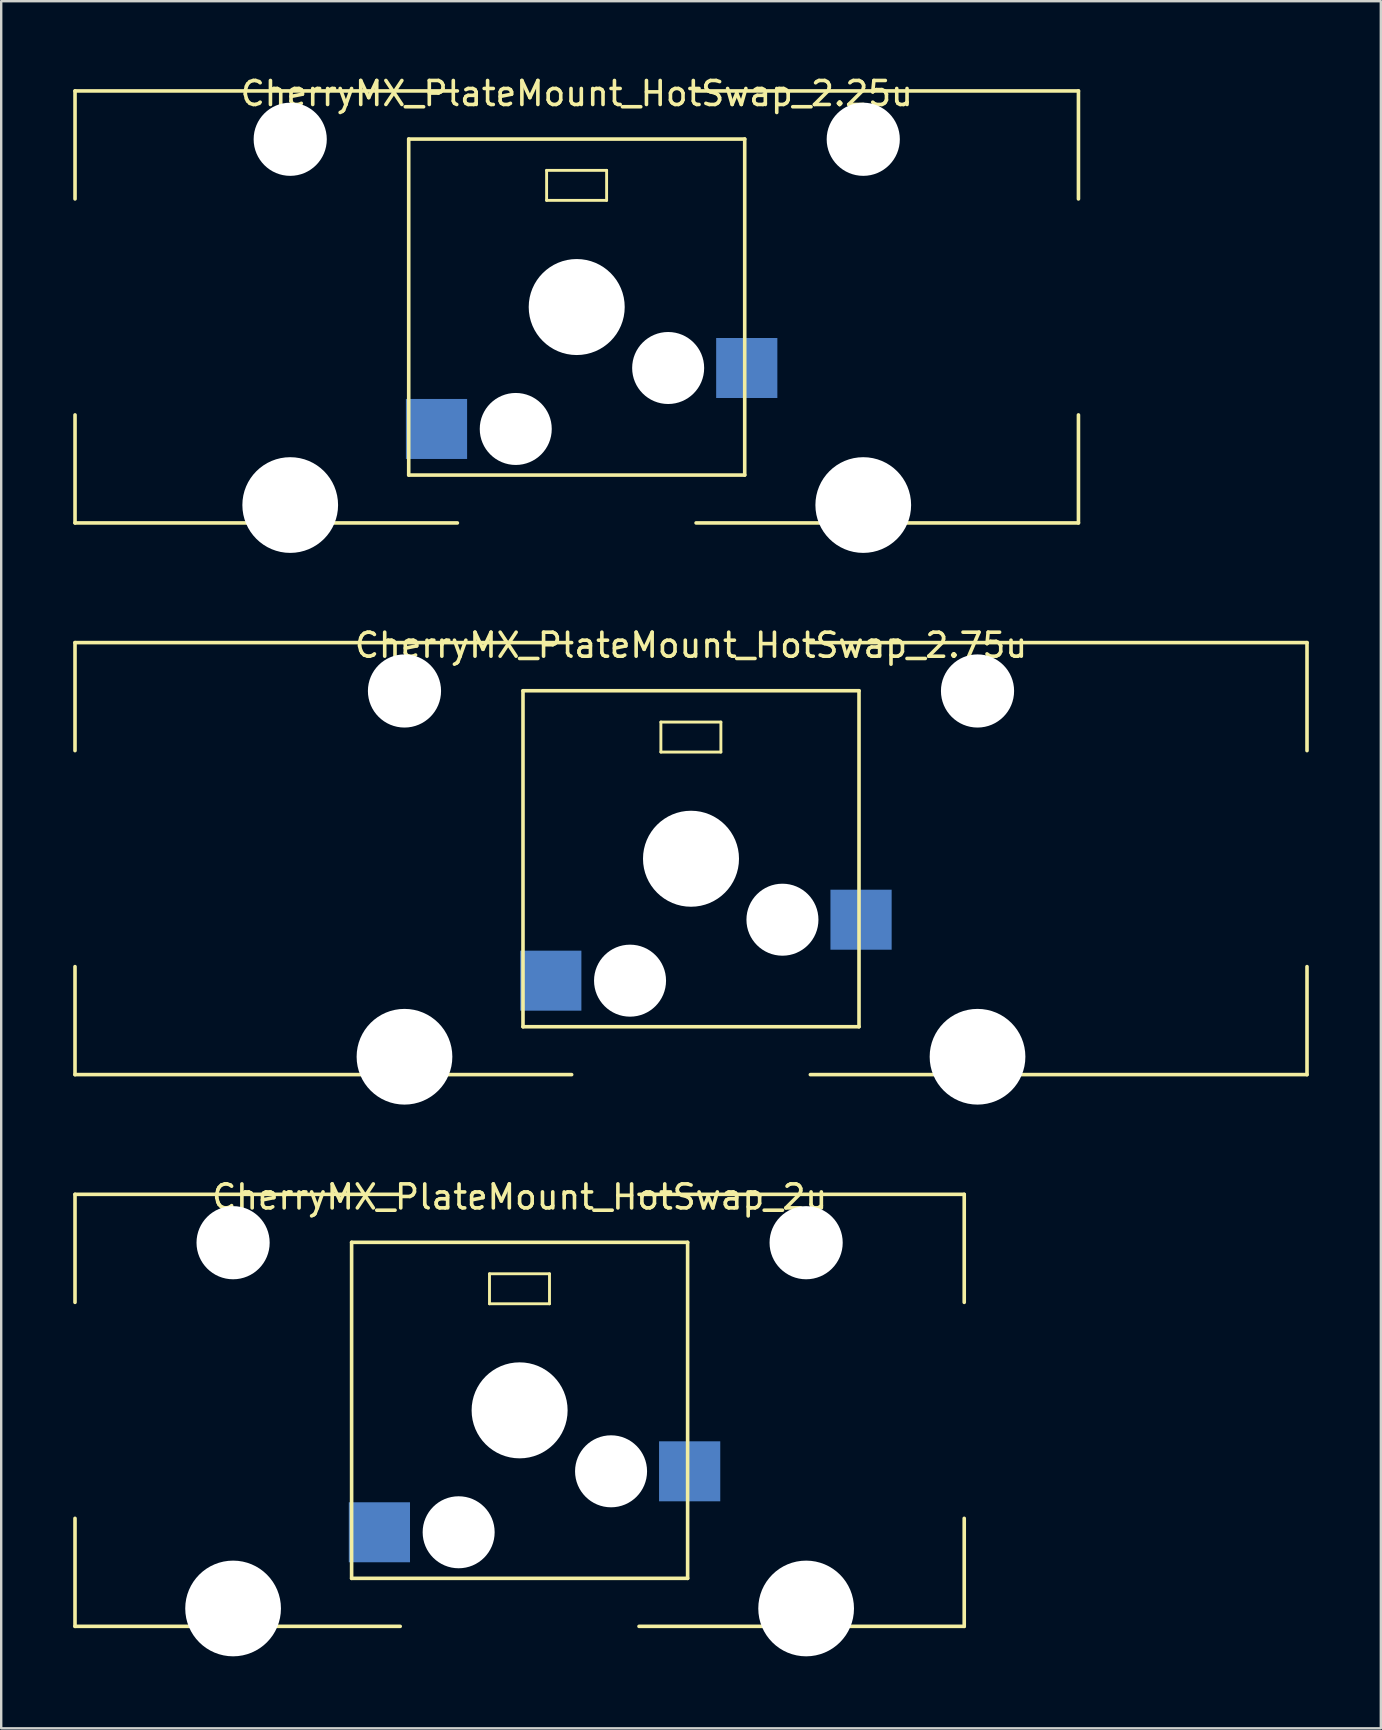
<source format=kicad_pcb>
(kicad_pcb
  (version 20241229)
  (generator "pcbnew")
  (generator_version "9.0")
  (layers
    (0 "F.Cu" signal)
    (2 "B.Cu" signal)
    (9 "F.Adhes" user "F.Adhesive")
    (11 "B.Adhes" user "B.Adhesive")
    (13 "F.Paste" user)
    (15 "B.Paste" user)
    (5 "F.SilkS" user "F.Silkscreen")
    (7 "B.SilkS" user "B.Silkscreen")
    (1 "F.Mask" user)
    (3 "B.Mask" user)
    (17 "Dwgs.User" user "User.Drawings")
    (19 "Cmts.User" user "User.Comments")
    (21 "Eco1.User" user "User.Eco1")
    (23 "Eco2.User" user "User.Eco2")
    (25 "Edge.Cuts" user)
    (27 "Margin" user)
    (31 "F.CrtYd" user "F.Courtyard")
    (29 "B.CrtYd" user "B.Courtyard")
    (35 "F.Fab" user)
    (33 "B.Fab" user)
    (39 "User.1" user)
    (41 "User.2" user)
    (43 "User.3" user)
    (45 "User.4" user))
  (footprint "CherryMX_PlateMount_HotSwap_2.75u"
    (layer "F.Cu")
    (at 25.741 32.725)
    (property "Reference" "CherryMX_PlateMount_HotSwap_2.75u" (at 0 -8.89 0) (layer "F.SilkS") (effects (font (size 1 1) (thickness 0.15))))
    (attr smd)
    (fp_line (start -25.666 -9) (end -25.666 -4.5) (stroke (width 0.15) (type solid)) (layer "F.SilkS"))
    (fp_line (start -25.666 -9) (end -4.973 -9) (stroke (width 0.15) (type solid)) (layer "F.SilkS"))
    (fp_line (start -25.666 4.5) (end -25.666 9) (stroke (width 0.15) (type solid)) (layer "F.SilkS"))
    (fp_line (start -25.666 9) (end -4.973 9) (stroke (width 0.15) (type solid)) (layer "F.SilkS"))
    (fp_line (start -7 -6.995) (end 7 -6.995) (stroke (width 0.15) (type solid)) (layer "F.SilkS"))
    (fp_line (start -7 7.005) (end -7 -6.995) (stroke (width 0.15) (type solid)) (layer "F.SilkS"))
    (fp_line (start -1.255 -5.69) (end -1.255 -4.44) (stroke (width 0.12) (type solid)) (layer "F.SilkS"))
    (fp_line (start 1.245 -5.69) (end -1.255 -5.69) (stroke (width 0.12) (type solid)) (layer "F.SilkS"))
    (fp_line (start 1.245 -4.44) (end -1.255 -4.44) (stroke (width 0.12) (type solid)) (layer "F.SilkS"))
    (fp_line (start 1.245 -4.44) (end 1.245 -5.69) (stroke (width 0.12) (type solid)) (layer "F.SilkS"))
    (fp_line (start 4.973 -9) (end 25.666 -9) (stroke (width 0.15) (type solid)) (layer "F.SilkS"))
    (fp_line (start 4.973 9) (end 25.666 9) (stroke (width 0.15) (type solid)) (layer "F.SilkS"))
    (fp_line (start 7 -6.995) (end 7 7.005) (stroke (width 0.15) (type solid)) (layer "F.SilkS"))
    (fp_line (start 7 7.005) (end -7 7.005) (stroke (width 0.15) (type solid)) (layer "F.SilkS"))
    (fp_line (start 25.666 -4.5) (end 25.666 -9) (stroke (width 0.15) (type solid)) (layer "F.SilkS"))
    (fp_line (start 25.666 4.5) (end 25.666 9) (stroke (width 0.15) (type solid)) (layer "F.SilkS"))
    (pad "" np_thru_hole circle (at -11.938 -6.985) (size 3.048 3.048) (drill 3.048) (layers "*.Cu" "*.Mask"))
    (pad "" np_thru_hole circle (at -11.938 8.255) (size 3.988 3.988) (drill 3.988) (layers "*.Cu" "*.Mask"))
    (pad "" np_thru_hole circle (at -2.54 5.085 180) (size 3 3) (drill 3) (layers "*.Cu" "*.Mask"))
    (pad "" np_thru_hole circle (at 0 0.005 180) (size 4 4) (drill 4) (layers "*.Cu" "*.Mask"))
    (pad "" np_thru_hole circle (at 3.81 2.545 180) (size 3 3) (drill 3) (layers "*.Cu" "*.Mask"))
    (pad "" np_thru_hole circle (at 11.938 -6.985) (size 3.048 3.048) (drill 3.048) (layers "*.Cu" "*.Mask"))
    (pad "" np_thru_hole circle (at 11.938 8.255) (size 3.988 3.988) (drill 3.988) (layers "*.Cu" "*.Mask"))
    (pad "1" smd rect (at 7.085 2.545 180) (size 2.55 2.5) (layers "B.Cu" "B.Mask" "B.Paste"))
    (pad "2" smd rect (at -5.842 5.085 180) (size 2.55 2.5) (layers "B.Cu" "B.Mask" "B.Paste")))
  (footprint "CherryMX_PlateMount_HotSwap_2.25u"
    (layer "F.Cu")
    (at 20.98 9.738)
    (property "Reference" "CherryMX_PlateMount_HotSwap_2.25u" (at 0 -8.89 0) (layer "F.SilkS") (effects (font (size 1 1) (thickness 0.15))))
    (attr smd)
    (fp_line (start -20.904 -9) (end -20.904 -4.5) (stroke (width 0.15) (type solid)) (layer "F.SilkS"))
    (fp_line (start -20.904 -9) (end -4.973 -9) (stroke (width 0.15) (type solid)) (layer "F.SilkS"))
    (fp_line (start -20.904 4.5) (end -20.904 9) (stroke (width 0.15) (type solid)) (layer "F.SilkS"))
    (fp_line (start -20.904 9) (end -4.973 9) (stroke (width 0.15) (type solid)) (layer "F.SilkS"))
    (fp_line (start -7.001 -6.995) (end 6.999 -6.995) (stroke (width 0.15) (type solid)) (layer "F.SilkS"))
    (fp_line (start -7.001 7.005) (end -7.001 -6.995) (stroke (width 0.15) (type solid)) (layer "F.SilkS"))
    (fp_line (start -1.255 -5.69) (end -1.255 -4.44) (stroke (width 0.12) (type solid)) (layer "F.SilkS"))
    (fp_line (start 1.245 -5.69) (end -1.255 -5.69) (stroke (width 0.12) (type solid)) (layer "F.SilkS"))
    (fp_line (start 1.245 -4.44) (end -1.255 -4.44) (stroke (width 0.12) (type solid)) (layer "F.SilkS"))
    (fp_line (start 1.245 -4.44) (end 1.245 -5.69) (stroke (width 0.12) (type solid)) (layer "F.SilkS"))
    (fp_line (start 4.973 -9) (end 20.904 -9) (stroke (width 0.15) (type solid)) (layer "F.SilkS"))
    (fp_line (start 4.973 9) (end 20.904 9) (stroke (width 0.15) (type solid)) (layer "F.SilkS"))
    (fp_line (start 6.999 -6.995) (end 6.999 7.005) (stroke (width 0.15) (type solid)) (layer "F.SilkS"))
    (fp_line (start 6.999 7.005) (end -7.001 7.005) (stroke (width 0.15) (type solid)) (layer "F.SilkS"))
    (fp_line (start 20.904 -4.5) (end 20.904 -9) (stroke (width 0.15) (type solid)) (layer "F.SilkS"))
    (fp_line (start 20.904 4.5) (end 20.904 9) (stroke (width 0.15) (type solid)) (layer "F.SilkS"))
    (pad "" np_thru_hole circle (at -11.938 -6.985) (size 3.048 3.048) (drill 3.048) (layers "*.Cu" "*.Mask"))
    (pad "" np_thru_hole circle (at -11.938 8.255) (size 3.988 3.988) (drill 3.988) (layers "*.Cu" "*.Mask"))
    (pad "" np_thru_hole circle (at -2.541 5.085 180) (size 3 3) (drill 3) (layers "*.Cu" "*.Mask"))
    (pad "" np_thru_hole circle (at -0.001 0.005 180) (size 4 4) (drill 4) (layers "*.Cu" "*.Mask"))
    (pad "" np_thru_hole circle (at 3.809 2.545 180) (size 3 3) (drill 3) (layers "*.Cu" "*.Mask"))
    (pad "" np_thru_hole circle (at 11.938 -6.985) (size 3.048 3.048) (drill 3.048) (layers "*.Cu" "*.Mask"))
    (pad "" np_thru_hole circle (at 11.938 8.255) (size 3.988 3.988) (drill 3.988) (layers "*.Cu" "*.Mask"))
    (pad "1" smd rect (at 7.084 2.545 180) (size 2.55 2.5) (layers "B.Cu" "B.Mask" "B.Paste"))
    (pad "2" smd rect (at -5.843 5.085 180) (size 2.55 2.5) (layers "B.Cu" "B.Mask" "B.Paste")))
  (footprint "CherryMX_PlateMount_HotSwap_2u"
    (layer "F.Cu")
    (at 18.6 55.713)
    (property "Reference" "CherryMX_PlateMount_HotSwap_2u" (at 0 -8.89 0) (layer "F.SilkS") (effects (font (size 1 1) (thickness 0.15))))
    (attr smd)
    (fp_line (start -18.525 -9) (end -18.525 -4.5) (stroke (width 0.15) (type solid)) (layer "F.SilkS"))
    (fp_line (start -18.525 -9) (end -4.975 -9) (stroke (width 0.15) (type solid)) (layer "F.SilkS"))
    (fp_line (start -18.525 4.5) (end -18.525 9) (stroke (width 0.15) (type solid)) (layer "F.SilkS"))
    (fp_line (start -18.525 9) (end -4.975 9) (stroke (width 0.15) (type solid)) (layer "F.SilkS"))
    (fp_line (start -7 -7) (end 7 -7) (stroke (width 0.15) (type solid)) (layer "F.SilkS"))
    (fp_line (start -7 7) (end -7 -7) (stroke (width 0.15) (type solid)) (layer "F.SilkS"))
    (fp_line (start -1.255 -5.69) (end -1.255 -4.44) (stroke (width 0.12) (type solid)) (layer "F.SilkS"))
    (fp_line (start 1.245 -5.69) (end -1.255 -5.69) (stroke (width 0.12) (type solid)) (layer "F.SilkS"))
    (fp_line (start 1.245 -4.44) (end -1.255 -4.44) (stroke (width 0.12) (type solid)) (layer "F.SilkS"))
    (fp_line (start 1.245 -4.44) (end 1.245 -5.69) (stroke (width 0.12) (type solid)) (layer "F.SilkS"))
    (fp_line (start 4.975 -9) (end 18.525 -9) (stroke (width 0.15) (type solid)) (layer "F.SilkS"))
    (fp_line (start 4.975 9) (end 18.525 9) (stroke (width 0.15) (type solid)) (layer "F.SilkS"))
    (fp_line (start 7 -7) (end 7 7) (stroke (width 0.15) (type solid)) (layer "F.SilkS"))
    (fp_line (start 7 7) (end -7 7) (stroke (width 0.15) (type solid)) (layer "F.SilkS"))
    (fp_line (start 18.525 -4.5) (end 18.525 -9) (stroke (width 0.15) (type solid)) (layer "F.SilkS"))
    (fp_line (start 18.525 4.5) (end 18.525 9) (stroke (width 0.15) (type solid)) (layer "F.SilkS"))
    (pad "" np_thru_hole circle (at -11.938 -6.985) (size 3.048 3.048) (drill 3.048) (layers "*.Cu" "*.Mask"))
    (pad "" np_thru_hole circle (at -11.938 8.255) (size 3.988 3.988) (drill 3.988) (layers "*.Cu" "*.Mask"))
    (pad "" np_thru_hole circle (at -2.54 5.08 180) (size 3 3) (drill 3) (layers "*.Cu" "*.Mask"))
    (pad "" np_thru_hole circle (at 0 0 180) (size 4 4) (drill 4) (layers "*.Cu" "*.Mask"))
    (pad "" np_thru_hole circle (at 3.81 2.54 180) (size 3 3) (drill 3) (layers "*.Cu" "*.Mask"))
    (pad "" np_thru_hole circle (at 11.938 -6.985) (size 3.048 3.048) (drill 3.048) (layers "*.Cu" "*.Mask"))
    (pad "" np_thru_hole circle (at 11.938 8.255) (size 3.988 3.988) (drill 3.988) (layers "*.Cu" "*.Mask"))
    (pad "1" smd rect (at 7.085 2.54 180) (size 2.55 2.5) (layers "B.Cu" "B.Mask" "B.Paste"))
    (pad "2" smd rect (at -5.842 5.08 180) (size 2.55 2.5) (layers "B.Cu" "B.Mask" "B.Paste")))
  (gr_rect
    (start -3 -3)
    (end 54.483 68.961)
    (stroke (width 0.1) (type default))
    (fill no)
    (layer "Edge.Cuts")))
</source>
